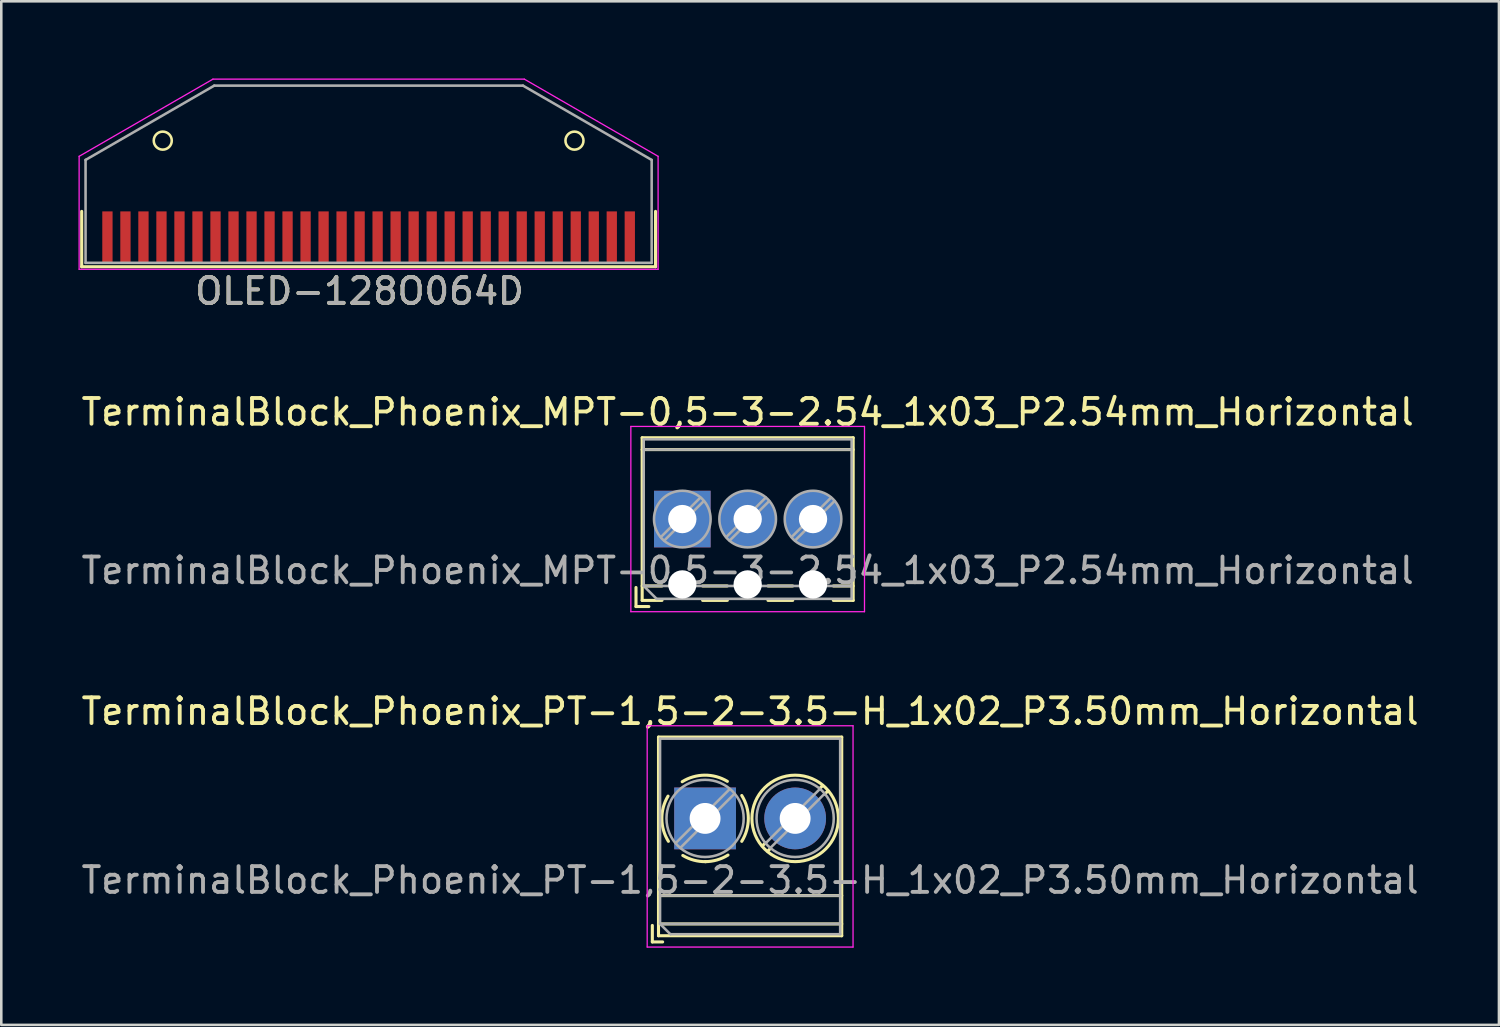
<source format=kicad_pcb>
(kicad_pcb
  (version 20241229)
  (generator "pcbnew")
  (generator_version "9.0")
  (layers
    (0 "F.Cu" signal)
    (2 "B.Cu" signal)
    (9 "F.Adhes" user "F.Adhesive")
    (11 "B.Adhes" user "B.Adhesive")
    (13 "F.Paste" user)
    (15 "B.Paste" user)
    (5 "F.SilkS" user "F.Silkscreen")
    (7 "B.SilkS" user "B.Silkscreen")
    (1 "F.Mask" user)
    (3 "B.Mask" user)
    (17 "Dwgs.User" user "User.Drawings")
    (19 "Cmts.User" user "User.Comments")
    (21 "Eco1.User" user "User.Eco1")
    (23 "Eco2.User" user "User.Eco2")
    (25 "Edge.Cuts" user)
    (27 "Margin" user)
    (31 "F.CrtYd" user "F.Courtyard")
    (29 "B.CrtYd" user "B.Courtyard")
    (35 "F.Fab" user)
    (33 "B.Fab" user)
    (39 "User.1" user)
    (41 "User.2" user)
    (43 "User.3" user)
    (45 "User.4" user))
  (footprint "TerminalBlock_Phoenix_PT-1,5-2-3.5-H_1x02_P3.50mm_Horizontal"
    (layer "F.Cu")
    (at 24.351 28.755)
    (property "Reference" "TerminalBlock_Phoenix_PT-1,5-2-3.5-H_1x02_P3.50mm_Horizontal" (at 1.75 -4.16 0) (layer "F.SilkS") (effects (font (size 1 1) (thickness 0.15))))
    (attr through_hole)
    (fp_line (start -2.05 4.16) (end -2.05 4.8) (stroke (width 0.12) (type solid)) (layer "F.SilkS"))
    (fp_line (start -2.05 4.8) (end -1.65 4.8) (stroke (width 0.12) (type solid)) (layer "F.SilkS"))
    (fp_line (start -1.81 -3.16) (end -1.81 4.56) (stroke (width 0.12) (type solid)) (layer "F.SilkS"))
    (fp_line (start -1.81 -3.16) (end 5.31 -3.16) (stroke (width 0.12) (type solid)) (layer "F.SilkS"))
    (fp_line (start -1.81 3) (end 5.31 3) (stroke (width 0.12) (type solid)) (layer "F.SilkS"))
    (fp_line (start -1.81 4.1) (end 5.31 4.1) (stroke (width 0.12) (type solid)) (layer "F.SilkS"))
    (fp_line (start -1.81 4.56) (end 5.31 4.56) (stroke (width 0.12) (type solid)) (layer "F.SilkS"))
    (fp_line (start 2.355 0.941) (end 2.226 1.069) (stroke (width 0.12) (type solid)) (layer "F.SilkS"))
    (fp_line (start 2.525 1.181) (end 2.431 1.274) (stroke (width 0.12) (type solid)) (layer "F.SilkS"))
    (fp_line (start 4.57 -1.275) (end 4.476 -1.181) (stroke (width 0.12) (type solid)) (layer "F.SilkS"))
    (fp_line (start 4.775 -1.069) (end 4.646 -0.941) (stroke (width 0.12) (type solid)) (layer "F.SilkS"))
    (fp_line (start 5.31 -3.16) (end 5.31 4.56) (stroke (width 0.12) (type solid)) (layer "F.SilkS"))
    (fp_arc (start -1.425358 0.889894) (mid -1.680286 0.014012) (end -1.44 -0.866) (stroke (width 0.12) (type solid)) (layer "F.SilkS"))
    (fp_arc (start -0.889894 -1.425358) (mid -0.014012 -1.680286) (end 0.866 -1.44) (stroke (width 0.12) (type solid)) (layer "F.SilkS"))
    (fp_arc (start 0.028674 1.680099) (mid -0.435535 1.622918) (end -0.866 1.44) (stroke (width 0.12) (type solid)) (layer "F.SilkS"))
    (fp_arc (start 0.890264 1.424721) (mid 0.463071 1.61492) (end 0 1.68) (stroke (width 0.12) (type solid)) (layer "F.SilkS"))
    (fp_arc (start 1.425504 -0.890193) (mid 1.680626 0.000476) (end 1.425 0.891) (stroke (width 0.12) (type solid)) (layer "F.SilkS"))
    (fp_circle (center 3.5 0) (end 5.18 0) (stroke (width 0.12) (type solid)) (fill no) (layer "F.SilkS"))
    (fp_line (start -2.25 -3.6) (end -2.25 5) (stroke (width 0.05) (type solid)) (layer "F.CrtYd"))
    (fp_line (start -2.25 5) (end 5.75 5) (stroke (width 0.05) (type solid)) (layer "F.CrtYd"))
    (fp_line (start 5.75 -3.6) (end -2.25 -3.6) (stroke (width 0.05) (type solid)) (layer "F.CrtYd"))
    (fp_line (start 5.75 5) (end 5.75 -3.6) (stroke (width 0.05) (type solid)) (layer "F.CrtYd"))
    (fp_line (start -1.75 -3.1) (end 5.25 -3.1) (stroke (width 0.1) (type solid)) (layer "F.Fab"))
    (fp_line (start -1.75 3) (end 5.25 3) (stroke (width 0.1) (type solid)) (layer "F.Fab"))
    (fp_line (start -1.75 4.1) (end -1.75 -3.1) (stroke (width 0.1) (type solid)) (layer "F.Fab"))
    (fp_line (start -1.75 4.1) (end 5.25 4.1) (stroke (width 0.1) (type solid)) (layer "F.Fab"))
    (fp_line (start -1.35 4.5) (end -1.75 4.1) (stroke (width 0.1) (type solid)) (layer "F.Fab"))
    (fp_line (start 0.955 -1.138) (end -1.138 0.955) (stroke (width 0.1) (type solid)) (layer "F.Fab"))
    (fp_line (start 1.138 -0.955) (end -0.955 1.138) (stroke (width 0.1) (type solid)) (layer "F.Fab"))
    (fp_line (start 4.455 -1.138) (end 2.363 0.955) (stroke (width 0.1) (type solid)) (layer "F.Fab"))
    (fp_line (start 4.638 -0.955) (end 2.546 1.138) (stroke (width 0.1) (type solid)) (layer "F.Fab"))
    (fp_line (start 5.25 -3.1) (end 5.25 4.5) (stroke (width 0.1) (type solid)) (layer "F.Fab"))
    (fp_line (start 5.25 4.5) (end -1.35 4.5) (stroke (width 0.1) (type solid)) (layer "F.Fab"))
    (fp_circle (center 0 0) (end 1.5 0) (stroke (width 0.1) (type solid)) (fill no) (layer "F.Fab"))
    (fp_circle (center 3.5 0) (end 5 0) (stroke (width 0.1) (type solid)) (fill no) (layer "F.Fab"))
    (fp_text user "${REFERENCE}" (at 1.75 2.4 0) (layer "F.Fab") (effects (font (size 1 1) (thickness 0.15))))
    (pad "1" thru_hole rect (at 0 0) (size 2.4 2.4) (drill 1.2) (layers "*.Cu" "*.Mask"))
    (pad "2" thru_hole circle (at 3.5 0) (size 2.4 2.4) (drill 1.2) (layers "*.Cu" "*.Mask")))
  (footprint "OLED-128O064D"
    (layer "F.Cu")
    (at 11.275 6.165)
    (property "Reference" "OLED-128O064D" (at -0.35 2.1 0) (layer "F.SilkS") (effects (font (size 1 1) (thickness 0.15))))
    (attr smd)
    (fp_line (start -11.15 -1) (end -11.15 1.15) (stroke (width 0.12) (type solid)) (layer "F.SilkS"))
    (fp_line (start -11.15 1.15) (end 11.15 1.15) (stroke (width 0.12) (type solid)) (layer "F.SilkS"))
    (fp_line (start 11.15 1.15) (end 11.15 -1) (stroke (width 0.12) (type solid)) (layer "F.SilkS"))
    (fp_circle (center -8 -3.75) (end -7.65 -3.75) (stroke (width 0.1) (type solid)) (fill no) (layer "F.SilkS"))
    (fp_circle (center 8 -3.75) (end 8.35 -3.75) (stroke (width 0.1) (type solid)) (fill no) (layer "F.SilkS"))
    (fp_line (start -11.25 -3.14) (end -11.25 1.25) (stroke (width 0.05) (type solid)) (layer "F.CrtYd"))
    (fp_line (start -6.05 -6.14) (end -11.25 -3.14) (stroke (width 0.05) (type solid)) (layer "F.CrtYd"))
    (fp_line (start 6.05 -6.14) (end -6.05 -6.14) (stroke (width 0.05) (type solid)) (layer "F.CrtYd"))
    (fp_line (start 6.05 -6.14) (end 11.25 -3.14) (stroke (width 0.05) (type solid)) (layer "F.CrtYd"))
    (fp_line (start 11.25 1.25) (end -11.25 1.25) (stroke (width 0.05) (type solid)) (layer "F.CrtYd"))
    (fp_line (start 11.25 1.25) (end 11.25 -3.14) (stroke (width 0.05) (type solid)) (layer "F.CrtYd"))
    (fp_line (start -11 -3) (end -6 -5.887) (stroke (width 0.1) (type solid)) (layer "F.Fab"))
    (fp_line (start -11 1) (end -11 -3) (stroke (width 0.1) (type solid)) (layer "F.Fab"))
    (fp_line (start -11 1) (end 11 1) (stroke (width 0.1) (type solid)) (layer "F.Fab"))
    (fp_line (start -6 -5.887) (end 6 -5.887) (stroke (width 0.1) (type solid)) (layer "F.Fab"))
    (fp_line (start 11 -3) (end 6 -5.887) (stroke (width 0.1) (type solid)) (layer "F.Fab"))
    (fp_line (start 11 1) (end 11 -3) (stroke (width 0.1) (type solid)) (layer "F.Fab"))
    (fp_text user "${REFERENCE}" (at -0.35 2.1 0) (layer "F.Fab") (effects (font (size 1 1) (thickness 0.15))))
    (pad "1" smd rect (at -10.15 0) (size 0.4 2) (layers "F.Cu" "F.Mask" "F.Paste"))
    (pad "2" smd rect (at -9.45 0) (size 0.4 2) (layers "F.Cu" "F.Mask" "F.Paste"))
    (pad "3" smd rect (at -8.75 0) (size 0.4 2) (layers "F.Cu" "F.Mask" "F.Paste"))
    (pad "4" smd rect (at -8.05 0) (size 0.4 2) (layers "F.Cu" "F.Mask" "F.Paste"))
    (pad "5" smd rect (at -7.35 0) (size 0.4 2) (layers "F.Cu" "F.Mask" "F.Paste"))
    (pad "6" smd rect (at -6.65 0) (size 0.4 2) (layers "F.Cu" "F.Mask" "F.Paste"))
    (pad "7" smd rect (at -5.95 0) (size 0.4 2) (layers "F.Cu" "F.Mask" "F.Paste"))
    (pad "8" smd rect (at -5.25 0) (size 0.4 2) (layers "F.Cu" "F.Mask" "F.Paste"))
    (pad "9" smd rect (at -4.55 0) (size 0.4 2) (layers "F.Cu" "F.Mask" "F.Paste"))
    (pad "10" smd rect (at -3.85 0) (size 0.4 2) (layers "F.Cu" "F.Mask" "F.Paste"))
    (pad "11" smd rect (at -3.15 0) (size 0.4 2) (layers "F.Cu" "F.Mask" "F.Paste"))
    (pad "12" smd rect (at -2.45 0) (size 0.4 2) (layers "F.Cu" "F.Mask" "F.Paste"))
    (pad "13" smd rect (at -1.75 0) (size 0.4 2) (layers "F.Cu" "F.Mask" "F.Paste"))
    (pad "14" smd rect (at -1.05 0) (size 0.4 2) (layers "F.Cu" "F.Mask" "F.Paste"))
    (pad "15" smd rect (at -0.35 0) (size 0.4 2) (layers "F.Cu" "F.Mask" "F.Paste"))
    (pad "16" smd rect (at 0.35 0) (size 0.4 2) (layers "F.Cu" "F.Mask" "F.Paste"))
    (pad "17" smd rect (at 1.05 0) (size 0.4 2) (layers "F.Cu" "F.Mask" "F.Paste"))
    (pad "18" smd rect (at 1.75 0) (size 0.4 2) (layers "F.Cu" "F.Mask" "F.Paste"))
    (pad "19" smd rect (at 2.45 0) (size 0.4 2) (layers "F.Cu" "F.Mask" "F.Paste"))
    (pad "20" smd rect (at 3.15 0) (size 0.4 2) (layers "F.Cu" "F.Mask" "F.Paste"))
    (pad "21" smd rect (at 3.85 0) (size 0.4 2) (layers "F.Cu" "F.Mask" "F.Paste"))
    (pad "22" smd rect (at 4.55 0) (size 0.4 2) (layers "F.Cu" "F.Mask" "F.Paste"))
    (pad "23" smd rect (at 5.25 0) (size 0.4 2) (layers "F.Cu" "F.Mask" "F.Paste"))
    (pad "24" smd rect (at 5.95 0) (size 0.4 2) (layers "F.Cu" "F.Mask" "F.Paste"))
    (pad "25" smd rect (at 6.65 0) (size 0.4 2) (layers "F.Cu" "F.Mask" "F.Paste"))
    (pad "26" smd rect (at 7.35 0) (size 0.4 2) (layers "F.Cu" "F.Mask" "F.Paste"))
    (pad "27" smd rect (at 8.05 0) (size 0.4 2) (layers "F.Cu" "F.Mask" "F.Paste"))
    (pad "28" smd rect (at 8.75 0) (size 0.4 2) (layers "F.Cu" "F.Mask" "F.Paste"))
    (pad "29" smd rect (at 9.45 0) (size 0.4 2) (layers "F.Cu" "F.Mask" "F.Paste"))
    (pad "30" smd rect (at 10.15 0) (size 0.4 2) (layers "F.Cu" "F.Mask" "F.Paste")))
  (footprint "TerminalBlock_Phoenix_MPT-0,5-3-2.54_1x03_P2.54mm_Horizontal"
    (layer "F.Cu")
    (at 23.466 17.122)
    (property "Reference" "TerminalBlock_Phoenix_MPT-0,5-3-2.54_1x03_P2.54mm_Horizontal" (at 2.54 -4.16 0) (layer "F.SilkS") (effects (font (size 1 1) (thickness 0.15))))
    (attr through_hole)
    (fp_line (start -1.8 2.66) (end -1.8 3.4) (stroke (width 0.12) (type solid)) (layer "F.SilkS"))
    (fp_line (start -1.8 3.4) (end -1.3 3.4) (stroke (width 0.12) (type solid)) (layer "F.SilkS"))
    (fp_line (start -1.56 -3.16) (end -1.56 3.16) (stroke (width 0.12) (type solid)) (layer "F.SilkS"))
    (fp_line (start -1.56 -3.16) (end 6.64 -3.16) (stroke (width 0.12) (type solid)) (layer "F.SilkS"))
    (fp_line (start -1.56 -2.7) (end 6.64 -2.7) (stroke (width 0.12) (type solid)) (layer "F.SilkS"))
    (fp_line (start -1.56 2.6) (end -0.79 2.6) (stroke (width 0.12) (type solid)) (layer "F.SilkS"))
    (fp_line (start -1.56 3.16) (end -0.79 3.16) (stroke (width 0.12) (type solid)) (layer "F.SilkS"))
    (fp_line (start 0.79 2.6) (end 1.75 2.6) (stroke (width 0.12) (type solid)) (layer "F.SilkS"))
    (fp_line (start 0.79 3.16) (end 1.75 3.16) (stroke (width 0.12) (type solid)) (layer "F.SilkS"))
    (fp_line (start 3.33 2.6) (end 4.29 2.6) (stroke (width 0.12) (type solid)) (layer "F.SilkS"))
    (fp_line (start 3.33 3.16) (end 4.29 3.16) (stroke (width 0.12) (type solid)) (layer "F.SilkS"))
    (fp_line (start 5.87 2.6) (end 6.64 2.6) (stroke (width 0.12) (type solid)) (layer "F.SilkS"))
    (fp_line (start 5.87 3.16) (end 6.64 3.16) (stroke (width 0.12) (type solid)) (layer "F.SilkS"))
    (fp_line (start 6.64 -3.16) (end 6.64 3.16) (stroke (width 0.12) (type solid)) (layer "F.SilkS"))
    (fp_line (start -2 -3.6) (end -2 3.6) (stroke (width 0.05) (type solid)) (layer "F.CrtYd"))
    (fp_line (start -2 3.6) (end 7.08 3.6) (stroke (width 0.05) (type solid)) (layer "F.CrtYd"))
    (fp_line (start 7.08 -3.6) (end -2 -3.6) (stroke (width 0.05) (type solid)) (layer "F.CrtYd"))
    (fp_line (start 7.08 3.6) (end 7.08 -3.6) (stroke (width 0.05) (type solid)) (layer "F.CrtYd"))
    (fp_line (start -1.5 -3.1) (end 6.58 -3.1) (stroke (width 0.1) (type solid)) (layer "F.Fab"))
    (fp_line (start -1.5 -2.7) (end 6.58 -2.7) (stroke (width 0.1) (type solid)) (layer "F.Fab"))
    (fp_line (start -1.5 2.6) (end -1.5 -3.1) (stroke (width 0.1) (type solid)) (layer "F.Fab"))
    (fp_line (start -1.5 2.6) (end 6.58 2.6) (stroke (width 0.1) (type solid)) (layer "F.Fab"))
    (fp_line (start -1 3.1) (end -1.5 2.6) (stroke (width 0.1) (type solid)) (layer "F.Fab"))
    (fp_line (start 0.701 -0.835) (end -0.835 0.7) (stroke (width 0.1) (type solid)) (layer "F.Fab"))
    (fp_line (start 0.835 -0.7) (end -0.701 0.835) (stroke (width 0.1) (type solid)) (layer "F.Fab"))
    (fp_line (start 3.241 -0.835) (end 1.706 0.7) (stroke (width 0.1) (type solid)) (layer "F.Fab"))
    (fp_line (start 3.375 -0.7) (end 1.84 0.835) (stroke (width 0.1) (type solid)) (layer "F.Fab"))
    (fp_line (start 5.781 -0.835) (end 4.246 0.7) (stroke (width 0.1) (type solid)) (layer "F.Fab"))
    (fp_line (start 5.915 -0.7) (end 4.38 0.835) (stroke (width 0.1) (type solid)) (layer "F.Fab"))
    (fp_line (start 6.58 -3.1) (end 6.58 3.1) (stroke (width 0.1) (type solid)) (layer "F.Fab"))
    (fp_line (start 6.58 3.1) (end -1 3.1) (stroke (width 0.1) (type solid)) (layer "F.Fab"))
    (fp_circle (center 0 0) (end 1.1 0) (stroke (width 0.1) (type solid)) (fill no) (layer "F.Fab"))
    (fp_circle (center 2.54 0) (end 3.64 0) (stroke (width 0.1) (type solid)) (fill no) (layer "F.Fab"))
    (fp_circle (center 5.08 0) (end 6.18 0) (stroke (width 0.1) (type solid)) (fill no) (layer "F.Fab"))
    (fp_text user "${REFERENCE}" (at 2.54 2 0) (layer "F.Fab") (effects (font (size 1 1) (thickness 0.15))))
    (pad "" np_thru_hole circle (at 0 2.54) (size 1.1 1.1) (drill 1.1) (layers "*.Cu" "*.Mask"))
    (pad "" np_thru_hole circle (at 2.54 2.54) (size 1.1 1.1) (drill 1.1) (layers "*.Cu" "*.Mask"))
    (pad "" np_thru_hole circle (at 5.08 2.54) (size 1.1 1.1) (drill 1.1) (layers "*.Cu" "*.Mask"))
    (pad "1" thru_hole rect (at 0 0) (size 2.2 2.2) (drill 1.1) (layers "*.Cu" "*.Mask"))
    (pad "2" thru_hole circle (at 2.54 0) (size 2.2 2.2) (drill 1.1) (layers "*.Cu" "*.Mask"))
    (pad "3" thru_hole circle (at 5.08 0) (size 2.2 2.2) (drill 1.1) (layers "*.Cu" "*.Mask")))
  (gr_rect
    (start -3 -3)
    (end 55.202 36.78)
    (stroke (width 0.1) (type default))
    (fill no)
    (layer "Edge.Cuts")))
</source>
